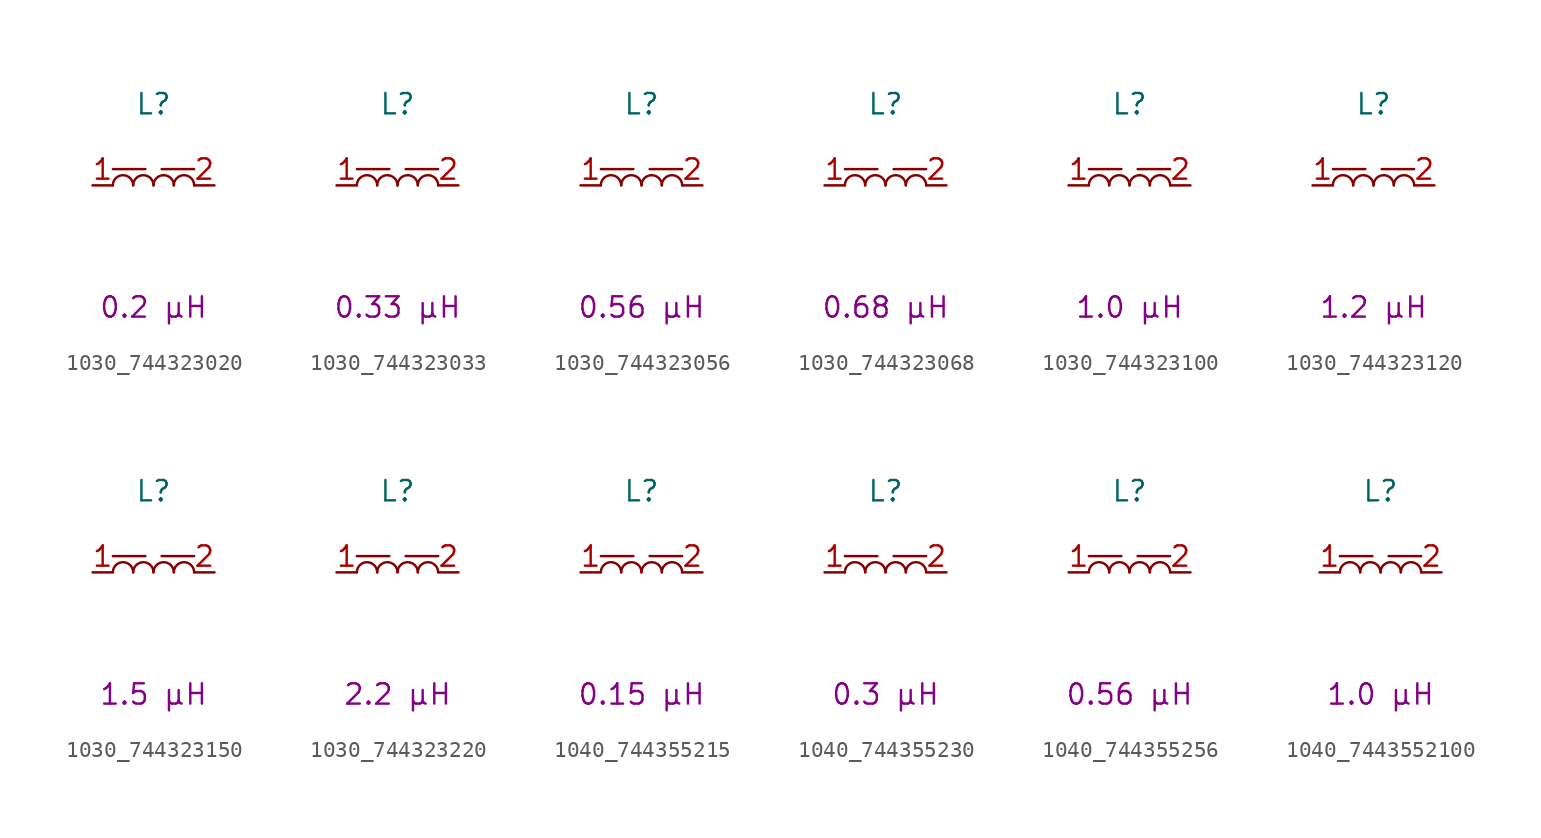
<source format=kicad_sym>
(kicad_symbol_lib
  (version 20220914)
  (generator kicad_symbol_editor)
  (symbol "1030_744323020"
    (pin_names hide)
    (property "Reference" "L"
      (at 0 5.08 0)
      (effects (font (size 1.27 1.27))))
    (property "Critical Parameter" "0.2 µH"
      (at 0 -7.62 0)
      (effects (font (size 1.27 1.27))))
    (symbol "1030_744323020_0_1"
      (arc (start -1.27 0) (mid -1.905 0.6323) (end -2.54 0) (stroke (width 0) (type default)) (fill (type none)))
      (arc (start 0 0) (mid -0.635 0.6323) (end -1.27 0) (stroke (width 0) (type default)) (fill (type none)))
      (polyline (pts (xy -2.54 1.016) (xy -0.508 1.016)) (stroke (width 0) (type default)) (fill (type none)))
      (arc (start 1.27 0) (mid 0.635 0.6323) (end 0 0) (stroke (width 0) (type default)) (fill (type none)))
      (arc (start 2.54 0) (mid 1.905 0.6323) (end 1.27 0) (stroke (width 0) (type default)) (fill (type none))))
    (symbol "1030_744323020_1_1"
      (polyline (pts (xy 2.54 1.016) (xy 0.508 1.016)) (stroke (width 0) (type default)) (fill (type none)))
      (pin passive line (at -3.81 0 0) (length 1.27) (name "1" (effects (font (size 1.27 1.27)))) (number "1" (effects (font (size 1.27 1.27)))))
      (pin passive line (at 3.81 0 180) (length 1.27) (name "2" (effects (font (size 1.27 1.27)))) (number "2" (effects (font (size 1.27 1.27)))))))
  (symbol "1030_744323033"
    (pin_names hide)
    (property "Reference" "L"
      (at 0 5.08 0)
      (effects (font (size 1.27 1.27))))
    (property "Critical Parameter" "0.33 µH"
      (at 0 -7.62 0)
      (effects (font (size 1.27 1.27))))
    (symbol "1030_744323033_0_1"
      (arc (start -1.27 0) (mid -1.905 0.6323) (end -2.54 0) (stroke (width 0) (type default)) (fill (type none)))
      (arc (start 0 0) (mid -0.635 0.6323) (end -1.27 0) (stroke (width 0) (type default)) (fill (type none)))
      (polyline (pts (xy -2.54 1.016) (xy -0.508 1.016)) (stroke (width 0) (type default)) (fill (type none)))
      (arc (start 1.27 0) (mid 0.635 0.6323) (end 0 0) (stroke (width 0) (type default)) (fill (type none)))
      (arc (start 2.54 0) (mid 1.905 0.6323) (end 1.27 0) (stroke (width 0) (type default)) (fill (type none))))
    (symbol "1030_744323033_1_1"
      (polyline (pts (xy 2.54 1.016) (xy 0.508 1.016)) (stroke (width 0) (type default)) (fill (type none)))
      (pin passive line (at -3.81 0 0) (length 1.27) (name "1" (effects (font (size 1.27 1.27)))) (number "1" (effects (font (size 1.27 1.27)))))
      (pin passive line (at 3.81 0 180) (length 1.27) (name "2" (effects (font (size 1.27 1.27)))) (number "2" (effects (font (size 1.27 1.27)))))))
  (symbol "1030_744323056"
    (pin_names hide)
    (property "Reference" "L"
      (at 0 5.08 0)
      (effects (font (size 1.27 1.27))))
    (property "Critical Parameter" "0.56 µH"
      (at 0 -7.62 0)
      (effects (font (size 1.27 1.27))))
    (symbol "1030_744323056_0_1"
      (arc (start -1.27 0) (mid -1.905 0.6323) (end -2.54 0) (stroke (width 0) (type default)) (fill (type none)))
      (arc (start 0 0) (mid -0.635 0.6323) (end -1.27 0) (stroke (width 0) (type default)) (fill (type none)))
      (polyline (pts (xy -2.54 1.016) (xy -0.508 1.016)) (stroke (width 0) (type default)) (fill (type none)))
      (arc (start 1.27 0) (mid 0.635 0.6323) (end 0 0) (stroke (width 0) (type default)) (fill (type none)))
      (arc (start 2.54 0) (mid 1.905 0.6323) (end 1.27 0) (stroke (width 0) (type default)) (fill (type none))))
    (symbol "1030_744323056_1_1"
      (polyline (pts (xy 2.54 1.016) (xy 0.508 1.016)) (stroke (width 0) (type default)) (fill (type none)))
      (pin passive line (at -3.81 0 0) (length 1.27) (name "1" (effects (font (size 1.27 1.27)))) (number "1" (effects (font (size 1.27 1.27)))))
      (pin passive line (at 3.81 0 180) (length 1.27) (name "2" (effects (font (size 1.27 1.27)))) (number "2" (effects (font (size 1.27 1.27)))))))
  (symbol "1030_744323068"
    (pin_names hide)
    (property "Reference" "L"
      (at 0 5.08 0)
      (effects (font (size 1.27 1.27))))
    (property "Critical Parameter" "0.68 µH"
      (at 0 -7.62 0)
      (effects (font (size 1.27 1.27))))
    (symbol "1030_744323068_0_1"
      (arc (start -1.27 0) (mid -1.905 0.6323) (end -2.54 0) (stroke (width 0) (type default)) (fill (type none)))
      (arc (start 0 0) (mid -0.635 0.6323) (end -1.27 0) (stroke (width 0) (type default)) (fill (type none)))
      (polyline (pts (xy -2.54 1.016) (xy -0.508 1.016)) (stroke (width 0) (type default)) (fill (type none)))
      (arc (start 1.27 0) (mid 0.635 0.6323) (end 0 0) (stroke (width 0) (type default)) (fill (type none)))
      (arc (start 2.54 0) (mid 1.905 0.6323) (end 1.27 0) (stroke (width 0) (type default)) (fill (type none))))
    (symbol "1030_744323068_1_1"
      (polyline (pts (xy 2.54 1.016) (xy 0.508 1.016)) (stroke (width 0) (type default)) (fill (type none)))
      (pin passive line (at -3.81 0 0) (length 1.27) (name "1" (effects (font (size 1.27 1.27)))) (number "1" (effects (font (size 1.27 1.27)))))
      (pin passive line (at 3.81 0 180) (length 1.27) (name "2" (effects (font (size 1.27 1.27)))) (number "2" (effects (font (size 1.27 1.27)))))))
  (symbol "1030_744323100"
    (pin_names hide)
    (property "Reference" "L"
      (at 0 5.08 0)
      (effects (font (size 1.27 1.27))))
    (property "Critical Parameter" "1.0 µH"
      (at 0 -7.62 0)
      (effects (font (size 1.27 1.27))))
    (symbol "1030_744323100_0_1"
      (arc (start -1.27 0) (mid -1.905 0.6323) (end -2.54 0) (stroke (width 0) (type default)) (fill (type none)))
      (arc (start 0 0) (mid -0.635 0.6323) (end -1.27 0) (stroke (width 0) (type default)) (fill (type none)))
      (polyline (pts (xy -2.54 1.016) (xy -0.508 1.016)) (stroke (width 0) (type default)) (fill (type none)))
      (arc (start 1.27 0) (mid 0.635 0.6323) (end 0 0) (stroke (width 0) (type default)) (fill (type none)))
      (arc (start 2.54 0) (mid 1.905 0.6323) (end 1.27 0) (stroke (width 0) (type default)) (fill (type none))))
    (symbol "1030_744323100_1_1"
      (polyline (pts (xy 2.54 1.016) (xy 0.508 1.016)) (stroke (width 0) (type default)) (fill (type none)))
      (pin passive line (at -3.81 0 0) (length 1.27) (name "1" (effects (font (size 1.27 1.27)))) (number "1" (effects (font (size 1.27 1.27)))))
      (pin passive line (at 3.81 0 180) (length 1.27) (name "2" (effects (font (size 1.27 1.27)))) (number "2" (effects (font (size 1.27 1.27)))))))
  (symbol "1030_744323120"
    (pin_names hide)
    (property "Reference" "L"
      (at 0 5.08 0)
      (effects (font (size 1.27 1.27))))
    (property "Critical Parameter" "1.2 µH"
      (at 0 -7.62 0)
      (effects (font (size 1.27 1.27))))
    (symbol "1030_744323120_0_1"
      (arc (start -1.27 0) (mid -1.905 0.6323) (end -2.54 0) (stroke (width 0) (type default)) (fill (type none)))
      (arc (start 0 0) (mid -0.635 0.6323) (end -1.27 0) (stroke (width 0) (type default)) (fill (type none)))
      (polyline (pts (xy -2.54 1.016) (xy -0.508 1.016)) (stroke (width 0) (type default)) (fill (type none)))
      (arc (start 1.27 0) (mid 0.635 0.6323) (end 0 0) (stroke (width 0) (type default)) (fill (type none)))
      (arc (start 2.54 0) (mid 1.905 0.6323) (end 1.27 0) (stroke (width 0) (type default)) (fill (type none))))
    (symbol "1030_744323120_1_1"
      (polyline (pts (xy 2.54 1.016) (xy 0.508 1.016)) (stroke (width 0) (type default)) (fill (type none)))
      (pin passive line (at -3.81 0 0) (length 1.27) (name "1" (effects (font (size 1.27 1.27)))) (number "1" (effects (font (size 1.27 1.27)))))
      (pin passive line (at 3.81 0 180) (length 1.27) (name "2" (effects (font (size 1.27 1.27)))) (number "2" (effects (font (size 1.27 1.27)))))))
  (symbol "1030_744323150"
    (pin_names hide)
    (property "Reference" "L"
      (at 0 5.08 0)
      (effects (font (size 1.27 1.27))))
    (property "Critical Parameter" "1.5 µH"
      (at 0 -7.62 0)
      (effects (font (size 1.27 1.27))))
    (symbol "1030_744323150_0_1"
      (arc (start -1.27 0) (mid -1.905 0.6323) (end -2.54 0) (stroke (width 0) (type default)) (fill (type none)))
      (arc (start 0 0) (mid -0.635 0.6323) (end -1.27 0) (stroke (width 0) (type default)) (fill (type none)))
      (polyline (pts (xy -2.54 1.016) (xy -0.508 1.016)) (stroke (width 0) (type default)) (fill (type none)))
      (arc (start 1.27 0) (mid 0.635 0.6323) (end 0 0) (stroke (width 0) (type default)) (fill (type none)))
      (arc (start 2.54 0) (mid 1.905 0.6323) (end 1.27 0) (stroke (width 0) (type default)) (fill (type none))))
    (symbol "1030_744323150_1_1"
      (polyline (pts (xy 2.54 1.016) (xy 0.508 1.016)) (stroke (width 0) (type default)) (fill (type none)))
      (pin passive line (at -3.81 0 0) (length 1.27) (name "1" (effects (font (size 1.27 1.27)))) (number "1" (effects (font (size 1.27 1.27)))))
      (pin passive line (at 3.81 0 180) (length 1.27) (name "2" (effects (font (size 1.27 1.27)))) (number "2" (effects (font (size 1.27 1.27)))))))
  (symbol "1030_744323220"
    (pin_names hide)
    (property "Reference" "L"
      (at 0 5.08 0)
      (effects (font (size 1.27 1.27))))
    (property "Critical Parameter" "2.2 µH"
      (at 0 -7.62 0)
      (effects (font (size 1.27 1.27))))
    (symbol "1030_744323220_0_1"
      (arc (start -1.27 0) (mid -1.905 0.6323) (end -2.54 0) (stroke (width 0) (type default)) (fill (type none)))
      (arc (start 0 0) (mid -0.635 0.6323) (end -1.27 0) (stroke (width 0) (type default)) (fill (type none)))
      (polyline (pts (xy -2.54 1.016) (xy -0.508 1.016)) (stroke (width 0) (type default)) (fill (type none)))
      (arc (start 1.27 0) (mid 0.635 0.6323) (end 0 0) (stroke (width 0) (type default)) (fill (type none)))
      (arc (start 2.54 0) (mid 1.905 0.6323) (end 1.27 0) (stroke (width 0) (type default)) (fill (type none))))
    (symbol "1030_744323220_1_1"
      (polyline (pts (xy 2.54 1.016) (xy 0.508 1.016)) (stroke (width 0) (type default)) (fill (type none)))
      (pin passive line (at -3.81 0 0) (length 1.27) (name "1" (effects (font (size 1.27 1.27)))) (number "1" (effects (font (size 1.27 1.27)))))
      (pin passive line (at 3.81 0 180) (length 1.27) (name "2" (effects (font (size 1.27 1.27)))) (number "2" (effects (font (size 1.27 1.27)))))))
  (symbol "1040_744355215"
    (pin_names hide)
    (property "Reference" "L"
      (at 0 5.08 0)
      (effects (font (size 1.27 1.27))))
    (property "Critical Parameter" "0.15 µH"
      (at 0 -7.62 0)
      (effects (font (size 1.27 1.27))))
    (symbol "1040_744355215_0_1"
      (arc (start -1.27 0) (mid -1.905 0.6323) (end -2.54 0) (stroke (width 0) (type default)) (fill (type none)))
      (arc (start 0 0) (mid -0.635 0.6323) (end -1.27 0) (stroke (width 0) (type default)) (fill (type none)))
      (polyline (pts (xy -2.54 1.016) (xy -0.508 1.016)) (stroke (width 0) (type default)) (fill (type none)))
      (arc (start 1.27 0) (mid 0.635 0.6323) (end 0 0) (stroke (width 0) (type default)) (fill (type none)))
      (arc (start 2.54 0) (mid 1.905 0.6323) (end 1.27 0) (stroke (width 0) (type default)) (fill (type none))))
    (symbol "1040_744355215_1_1"
      (polyline (pts (xy 2.54 1.016) (xy 0.508 1.016)) (stroke (width 0) (type default)) (fill (type none)))
      (pin passive line (at -3.81 0 0) (length 1.27) (name "1" (effects (font (size 1.27 1.27)))) (number "1" (effects (font (size 1.27 1.27)))))
      (pin passive line (at 3.81 0 180) (length 1.27) (name "2" (effects (font (size 1.27 1.27)))) (number "2" (effects (font (size 1.27 1.27)))))))
  (symbol "1040_744355230"
    (pin_names hide)
    (property "Reference" "L"
      (at 0 5.08 0)
      (effects (font (size 1.27 1.27))))
    (property "Critical Parameter" "0.3 µH"
      (at 0 -7.62 0)
      (effects (font (size 1.27 1.27))))
    (symbol "1040_744355230_0_1"
      (arc (start -1.27 0) (mid -1.905 0.6323) (end -2.54 0) (stroke (width 0) (type default)) (fill (type none)))
      (arc (start 0 0) (mid -0.635 0.6323) (end -1.27 0) (stroke (width 0) (type default)) (fill (type none)))
      (polyline (pts (xy -2.54 1.016) (xy -0.508 1.016)) (stroke (width 0) (type default)) (fill (type none)))
      (arc (start 1.27 0) (mid 0.635 0.6323) (end 0 0) (stroke (width 0) (type default)) (fill (type none)))
      (arc (start 2.54 0) (mid 1.905 0.6323) (end 1.27 0) (stroke (width 0) (type default)) (fill (type none))))
    (symbol "1040_744355230_1_1"
      (polyline (pts (xy 2.54 1.016) (xy 0.508 1.016)) (stroke (width 0) (type default)) (fill (type none)))
      (pin passive line (at -3.81 0 0) (length 1.27) (name "1" (effects (font (size 1.27 1.27)))) (number "1" (effects (font (size 1.27 1.27)))))
      (pin passive line (at 3.81 0 180) (length 1.27) (name "2" (effects (font (size 1.27 1.27)))) (number "2" (effects (font (size 1.27 1.27)))))))
  (symbol "1040_744355256"
    (pin_names hide)
    (property "Reference" "L"
      (at 0 5.08 0)
      (effects (font (size 1.27 1.27))))
    (property "Critical Parameter" "0.56 µH"
      (at 0 -7.62 0)
      (effects (font (size 1.27 1.27))))
    (symbol "1040_744355256_0_1"
      (arc (start -1.27 0) (mid -1.905 0.6323) (end -2.54 0) (stroke (width 0) (type default)) (fill (type none)))
      (arc (start 0 0) (mid -0.635 0.6323) (end -1.27 0) (stroke (width 0) (type default)) (fill (type none)))
      (polyline (pts (xy -2.54 1.016) (xy -0.508 1.016)) (stroke (width 0) (type default)) (fill (type none)))
      (arc (start 1.27 0) (mid 0.635 0.6323) (end 0 0) (stroke (width 0) (type default)) (fill (type none)))
      (arc (start 2.54 0) (mid 1.905 0.6323) (end 1.27 0) (stroke (width 0) (type default)) (fill (type none))))
    (symbol "1040_744355256_1_1"
      (polyline (pts (xy 2.54 1.016) (xy 0.508 1.016)) (stroke (width 0) (type default)) (fill (type none)))
      (pin passive line (at -3.81 0 0) (length 1.27) (name "1" (effects (font (size 1.27 1.27)))) (number "1" (effects (font (size 1.27 1.27)))))
      (pin passive line (at 3.81 0 180) (length 1.27) (name "2" (effects (font (size 1.27 1.27)))) (number "2" (effects (font (size 1.27 1.27)))))))
  (symbol "1040_7443552100"
    (pin_names hide)
    (property "Reference" "L"
      (at 0 5.08 0)
      (effects (font (size 1.27 1.27))))
    (property "Critical Parameter" "1.0 µH"
      (at 0 -7.62 0)
      (effects (font (size 1.27 1.27))))
    (symbol "1040_7443552100_0_1"
      (arc (start -1.27 0) (mid -1.905 0.6323) (end -2.54 0) (stroke (width 0) (type default)) (fill (type none)))
      (arc (start 0 0) (mid -0.635 0.6323) (end -1.27 0) (stroke (width 0) (type default)) (fill (type none)))
      (polyline (pts (xy -2.54 1.016) (xy -0.508 1.016)) (stroke (width 0) (type default)) (fill (type none)))
      (arc (start 1.27 0) (mid 0.635 0.6323) (end 0 0) (stroke (width 0) (type default)) (fill (type none)))
      (arc (start 2.54 0) (mid 1.905 0.6323) (end 1.27 0) (stroke (width 0) (type default)) (fill (type none))))
    (symbol "1040_7443552100_1_1"
      (polyline (pts (xy 2.54 1.016) (xy 0.508 1.016)) (stroke (width 0) (type default)) (fill (type none)))
      (pin passive line (at -3.81 0 0) (length 1.27) (name "1" (effects (font (size 1.27 1.27)))) (number "1" (effects (font (size 1.27 1.27)))))
      (pin passive line (at 3.81 0 180) (length 1.27) (name "2" (effects (font (size 1.27 1.27)))) (number "2" (effects (font (size 1.27 1.27))))))))
</source>
